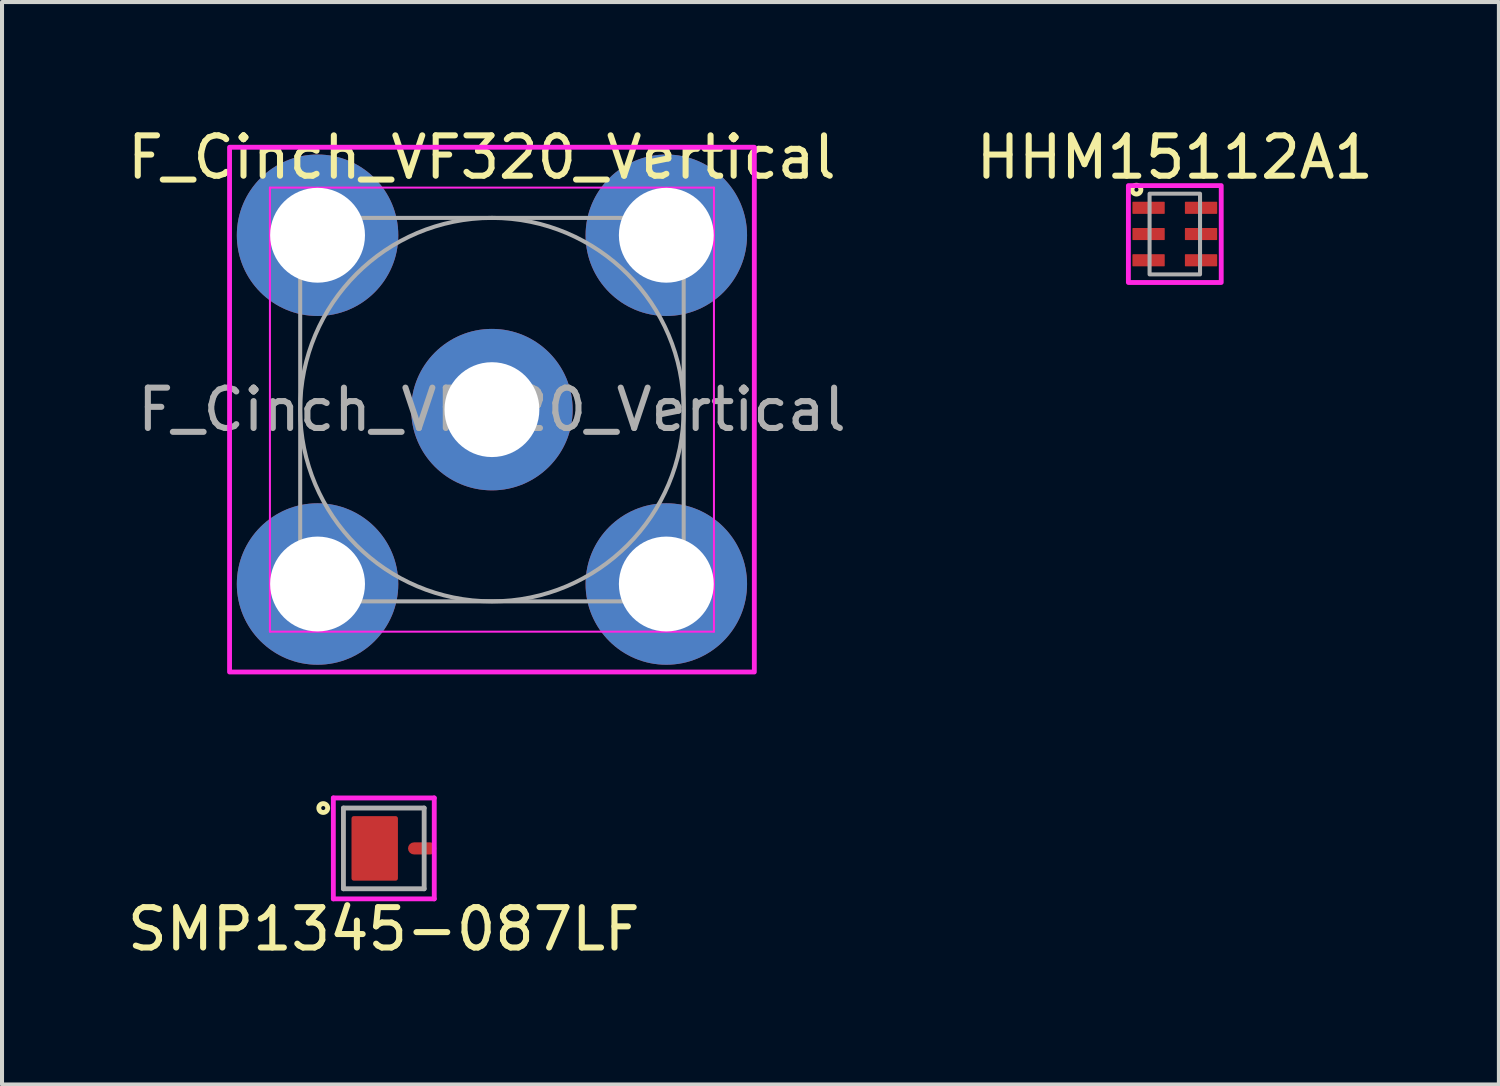
<source format=kicad_pcb>
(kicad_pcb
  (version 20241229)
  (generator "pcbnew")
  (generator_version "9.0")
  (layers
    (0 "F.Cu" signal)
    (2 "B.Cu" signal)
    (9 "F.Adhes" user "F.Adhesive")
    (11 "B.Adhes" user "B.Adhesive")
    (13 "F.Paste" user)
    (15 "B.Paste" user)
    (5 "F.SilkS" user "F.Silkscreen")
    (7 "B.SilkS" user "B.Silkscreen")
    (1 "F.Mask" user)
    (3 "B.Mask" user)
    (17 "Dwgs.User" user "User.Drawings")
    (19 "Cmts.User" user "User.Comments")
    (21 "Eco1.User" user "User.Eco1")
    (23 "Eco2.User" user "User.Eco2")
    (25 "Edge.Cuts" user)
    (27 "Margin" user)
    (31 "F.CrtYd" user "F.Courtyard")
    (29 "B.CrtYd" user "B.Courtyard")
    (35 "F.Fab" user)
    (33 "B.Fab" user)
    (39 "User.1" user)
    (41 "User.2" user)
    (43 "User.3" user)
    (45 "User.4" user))
  (footprint "HHM15112A1"
    (layer "F.Cu")
    (at 26.054 2.748)
    (property "Reference" "HHM15112A1" (at 0 -1.9 0) (unlocked yes) (layer "F.SilkS") (effects (font (size 1 1) (thickness 0.15))))
    (attr smd)
    (fp_circle (center -0.95 -1.1) (end -0.95 -1.15) (stroke (width 0.12) (type solid)) (fill no) (layer "F.SilkS"))
    (fp_rect (start -1.15 -1.2) (end 1.15 1.2) (stroke (width 0.12) (type solid)) (fill no) (layer "F.CrtYd"))
    (fp_rect (start -0.625 -1) (end 0.625 1) (stroke (width 0.1) (type solid)) (fill no) (layer "F.Fab"))
    (pad "1" smd roundrect (at -0.65 -0.65) (size 0.8 0.3) (layers "F.Cu" "F.Mask" "F.Paste") (roundrect_rratio 0.05))
    (pad "2" smd roundrect (at -0.65 0) (size 0.8 0.3) (layers "F.Cu" "F.Mask" "F.Paste") (roundrect_rratio 0.05))
    (pad "3" smd roundrect (at -0.65 0.65) (size 0.8 0.3) (layers "F.Cu" "F.Mask" "F.Paste") (roundrect_rratio 0.05))
    (pad "4" smd roundrect (at 0.65 0.65) (size 0.8 0.3) (layers "F.Cu" "F.Mask" "F.Paste") (roundrect_rratio 0.05))
    (pad "5" smd roundrect (at 0.65 0) (size 0.8 0.3) (layers "F.Cu" "F.Mask" "F.Paste") (roundrect_rratio 0.05))
    (pad "6" smd roundrect (at 0.65 -0.65) (size 0.8 0.3) (layers "F.Cu" "F.Mask" "F.Paste") (roundrect_rratio 0.05)))
  (footprint "SMP1345-087LF"
    (layer "F.Cu")
    (at 6.458 17.968)
    (property "Reference" "SMP1345-087LF" (at 0 2 0) (layer "F.SilkS") (effects (font (size 1 1) (thickness 0.15))))
    (attr through_hole)
    (fp_circle (center -1.5 -1) (end -1.55 -1) (stroke (width 0.12) (type solid)) (fill no) (layer "F.SilkS"))
    (fp_line (start -1.25 -1.25) (end 1.25 -1.25) (stroke (width 0.12) (type solid)) (layer "F.CrtYd"))
    (fp_line (start -1.25 1.25) (end -1.25 -1.25) (stroke (width 0.12) (type solid)) (layer "F.CrtYd"))
    (fp_line (start 1.25 -1.25) (end 1.25 1.25) (stroke (width 0.12) (type solid)) (layer "F.CrtYd"))
    (fp_line (start 1.25 1.25) (end -1.25 1.25) (stroke (width 0.12) (type solid)) (layer "F.CrtYd"))
    (fp_line (start -1 -1) (end 1 -1) (stroke (width 0.12) (type solid)) (layer "F.Fab"))
    (fp_line (start -1 1) (end -1 -1) (stroke (width 0.12) (type solid)) (layer "F.Fab"))
    (fp_line (start 1 -1) (end 1 1) (stroke (width 0.12) (type solid)) (layer "F.Fab"))
    (fp_line (start 1 1) (end -1 1) (stroke (width 0.12) (type solid)) (layer "F.Fab"))
    (pad "1" smd roundrect (at -0.225 0) (size 1.15 1.6) (layers "F.Cu" "F.Mask" "F.Paste") (roundrect_rratio 0.05))
    (pad "2" smd roundrect (at 0.95 0) (size 0.7 0.3) (layers "F.Cu" "F.Mask" "F.Paste") (roundrect_rratio 0.5)))
  (footprint "F_Cinch_VF320_Vertical"
    (layer "F.Cu")
    (at 9.137 7.098)
    (property "Reference" "F_Cinch_VF320_Vertical" (at -0.25 -6.25 0) (layer "F.SilkS") (effects (font (size 1 1) (thickness 0.15))))
    (attr through_hole)
    (fp_line (start -5.5 -5.5) (end 5.5 -5.5) (stroke (width 0.05) (type solid)) (layer "F.CrtYd"))
    (fp_line (start -5.5 5.5) (end -5.5 -5.5) (stroke (width 0.05) (type solid)) (layer "F.CrtYd"))
    (fp_line (start 5.5 -5.5) (end 5.5 5.5) (stroke (width 0.05) (type solid)) (layer "F.CrtYd"))
    (fp_line (start 5.5 5.5) (end -5.5 5.5) (stroke (width 0.05) (type solid)) (layer "F.CrtYd"))
    (fp_rect (start -6.5 -6.5) (end 6.5 6.5) (stroke (width 0.12) (type solid)) (fill no) (layer "F.CrtYd"))
    (fp_rect (start -4.75 -4.75) (end 4.75 4.75) (stroke (width 0.1) (type solid)) (fill no) (layer "F.Fab"))
    (fp_circle (center 0 0) (end 4.75 0) (stroke (width 0.1) (type solid)) (fill no) (layer "F.Fab"))
    (fp_text user "${REFERENCE}" (at 0 0 0) (layer "F.Fab") (effects (font (size 1 1) (thickness 0.15))))
    (pad "1" thru_hole circle (at 0 0) (size 4 4) (drill 2.35) (layers "*.Cu" "*.Mask"))
    (pad "2" thru_hole circle (at -4.32 -4.32) (size 4 4) (drill 2.35) (layers "*.Cu" "*.Mask"))
    (pad "2" thru_hole circle (at -4.32 4.32) (size 4 4) (drill 2.35) (layers "*.Cu" "*.Mask"))
    (pad "2" thru_hole circle (at 4.32 -4.32) (size 4 4) (drill 2.35) (layers "*.Cu" "*.Mask"))
    (pad "2" thru_hole circle (at 4.32 4.32) (size 4 4) (drill 2.35) (layers "*.Cu" "*.Mask")))
  (gr_rect
    (start -3 -3)
    (end 34.083 23.817)
    (stroke (width 0.1) (type default))
    (fill no)
    (layer "Edge.Cuts")))
</source>
